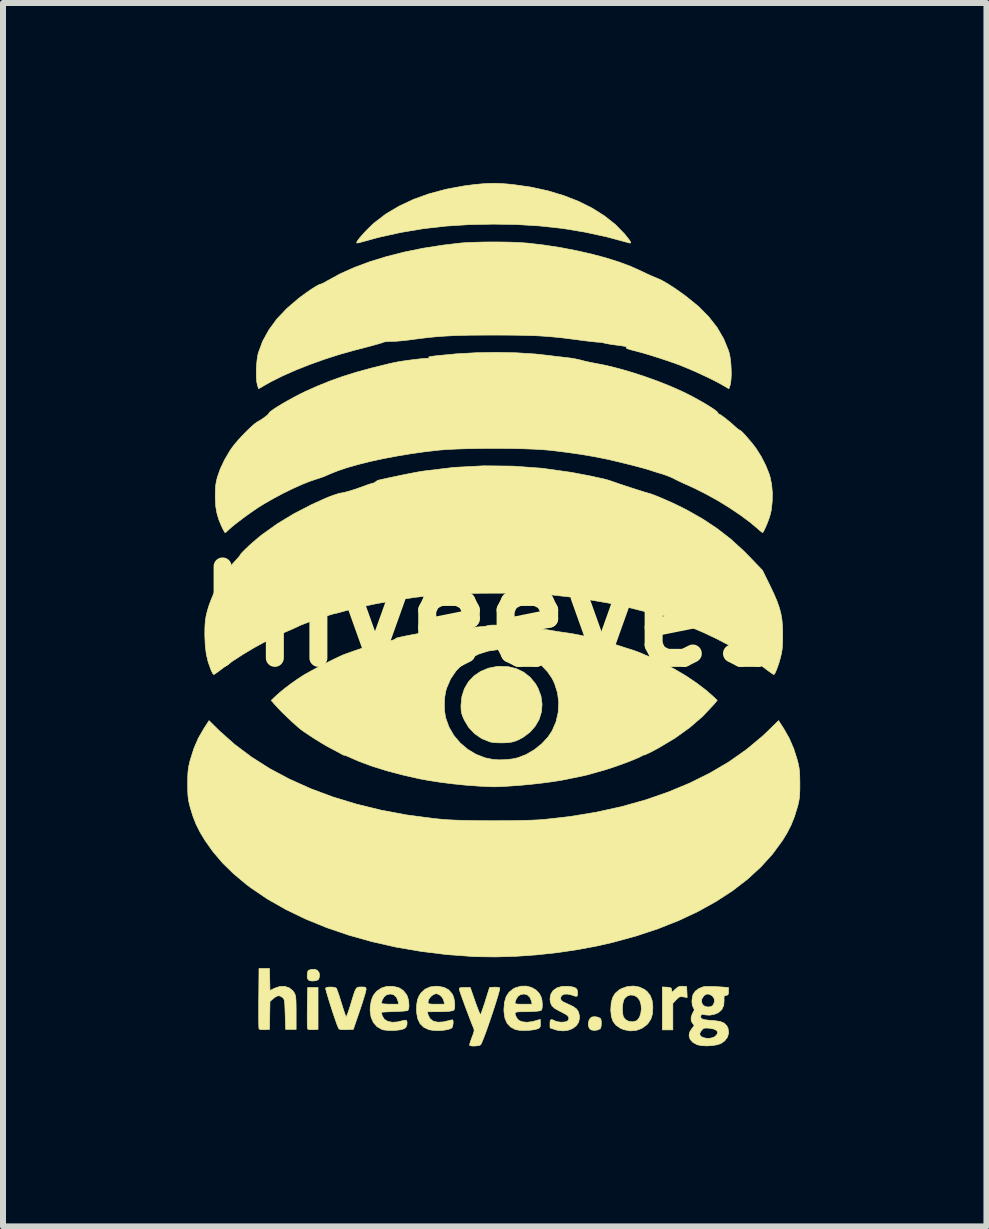
<source format=kicad_pcb>
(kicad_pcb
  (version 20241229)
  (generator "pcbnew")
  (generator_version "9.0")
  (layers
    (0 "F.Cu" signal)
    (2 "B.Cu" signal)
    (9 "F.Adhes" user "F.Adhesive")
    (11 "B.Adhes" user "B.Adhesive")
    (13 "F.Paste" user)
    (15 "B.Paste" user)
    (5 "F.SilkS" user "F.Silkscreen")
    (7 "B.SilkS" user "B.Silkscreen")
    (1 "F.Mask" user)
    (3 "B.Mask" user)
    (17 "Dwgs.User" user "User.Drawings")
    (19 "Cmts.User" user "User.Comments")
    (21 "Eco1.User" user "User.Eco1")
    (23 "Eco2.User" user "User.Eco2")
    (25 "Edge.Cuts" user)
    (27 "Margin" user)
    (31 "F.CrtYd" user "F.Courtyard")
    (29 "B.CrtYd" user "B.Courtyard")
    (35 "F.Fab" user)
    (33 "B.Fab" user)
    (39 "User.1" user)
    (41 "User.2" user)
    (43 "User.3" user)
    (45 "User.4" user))
  (footprint "Hiveeyes"
    (layer "F.Cu")
    (at 5.196 7.226)
    (property "Reference" "Hiveeyes" (at 0 0 0) (layer "F.SilkS") (effects (font (size 1.524 1.524) (thickness 0.3))))
    (attr through_hole)
    (fp_poly (pts (xy -2.945 6.882) (xy -3.028 6.887) (xy -3.085 6.887) (xy -3.114 6.878) (xy -3.12 6.87) (xy -3.122 6.849) (xy -3.124 6.8) (xy -3.125 6.73) (xy -3.125 6.644) (xy -3.124 6.546) (xy -3.124 6.516) (xy -3.119 6.183) (xy -2.945 6.183) (xy -2.945 6.882)) (stroke (width 0.01) (type solid)) (fill yes) (layer "F.SilkS"))
    (fp_poly (pts (xy -2.953 5.9) (xy -2.926 5.94) (xy -2.921 5.973) (xy -2.925 6.016) (xy -2.935 6.046) (xy -2.962 6.064) (xy -3.007 6.074) (xy -3.055 6.075) (xy -3.095 6.065) (xy -3.101 6.061) (xy -3.12 6.037) (xy -3.126 5.998) (xy -3.124 5.968) (xy -3.119 5.924) (xy -3.107 5.901) (xy -3.08 5.888) (xy -3.061 5.883) (xy -2.999 5.879) (xy -2.953 5.9)) (stroke (width 0.01) (type solid)) (fill yes) (layer "F.SilkS"))
    (fp_poly (pts (xy 1.723 6.679) (xy 1.759 6.697) (xy 1.766 6.704) (xy 1.775 6.738) (xy 1.777 6.784) (xy 1.773 6.832) (xy 1.762 6.866) (xy 1.757 6.872) (xy 1.714 6.892) (xy 1.659 6.899) (xy 1.61 6.891) (xy 1.608 6.89) (xy 1.576 6.862) (xy 1.561 6.817) (xy 1.562 6.765) (xy 1.577 6.717) (xy 1.607 6.683) (xy 1.627 6.674) (xy 1.675 6.67) (xy 1.723 6.679)) (stroke (width 0.01) (type solid)) (fill yes) (layer "F.SilkS"))
    (fp_poly (pts (xy 3.133 6.163) (xy 3.199 6.167) (xy 3.204 6.259) (xy 3.208 6.351) (xy 3.144 6.34) (xy 3.103 6.336) (xy 3.074 6.344) (xy 3.045 6.368) (xy 3.024 6.389) (xy 2.969 6.448) (xy 2.969 6.89) (xy 2.794 6.89) (xy 2.794 6.174) (xy 2.869 6.178) (xy 2.916 6.183) (xy 2.939 6.193) (xy 2.948 6.214) (xy 2.95 6.224) (xy 2.954 6.265) (xy 3.011 6.211) (xy 3.051 6.178) (xy 3.086 6.164) (xy 3.13 6.162) (xy 3.133 6.163)) (stroke (width 0.01) (type solid)) (fill yes) (layer "F.SilkS"))
    (fp_poly (pts (xy 0.221 0.835) (xy 0.359 0.868) (xy 0.483 0.928) (xy 0.592 1.014) (xy 0.681 1.123) (xy 0.722 1.196) (xy 0.771 1.327) (xy 0.789 1.459) (xy 0.779 1.589) (xy 0.741 1.713) (xy 0.676 1.827) (xy 0.587 1.928) (xy 0.474 2.013) (xy 0.402 2.052) (xy 0.345 2.076) (xy 0.295 2.091) (xy 0.239 2.1) (xy 0.165 2.105) (xy 0.145 2.106) (xy 0.05 2.105) (xy -0.031 2.099) (xy -0.079 2.09) (xy -0.217 2.034) (xy -0.335 1.953) (xy -0.433 1.849) (xy -0.503 1.733) (xy -0.533 1.668) (xy -0.55 1.618) (xy -0.559 1.569) (xy -0.562 1.506) (xy -0.562 1.476) (xy -0.547 1.332) (xy -0.505 1.202) (xy -0.437 1.087) (xy -0.347 0.991) (xy -0.235 0.915) (xy -0.105 0.861) (xy 0.041 0.832) (xy 0.072 0.83) (xy 0.221 0.835)) (stroke (width 0.01) (type solid)) (fill yes) (layer "F.SilkS"))
    (fp_poly (pts (xy -3.75 6.05) (xy -3.746 6.234) (xy -3.672 6.197) (xy -3.585 6.167) (xy -3.502 6.164) (xy -3.427 6.188) (xy -3.366 6.237) (xy -3.342 6.271) (xy -3.33 6.294) (xy -3.322 6.32) (xy -3.316 6.354) (xy -3.313 6.401) (xy -3.311 6.467) (xy -3.31 6.558) (xy -3.31 6.604) (xy -3.31 6.882) (xy -3.485 6.882) (xy -3.493 6.63) (xy -3.496 6.535) (xy -3.499 6.467) (xy -3.503 6.42) (xy -3.509 6.39) (xy -3.518 6.37) (xy -3.529 6.356) (xy -3.538 6.349) (xy -3.581 6.323) (xy -3.623 6.324) (xy -3.67 6.351) (xy -3.69 6.367) (xy -3.746 6.416) (xy -3.754 6.882) (xy -3.838 6.887) (xy -3.895 6.886) (xy -3.925 6.877) (xy -3.929 6.871) (xy -3.931 6.85) (xy -3.933 6.802) (xy -3.934 6.73) (xy -3.934 6.638) (xy -3.934 6.531) (xy -3.934 6.412) (xy -3.933 6.358) (xy -3.929 5.866) (xy -3.754 5.866) (xy -3.75 6.05)) (stroke (width 0.01) (type solid)) (fill yes) (layer "F.SilkS"))
    (fp_poly (pts (xy 0.091 -7.218) (xy 0.201 -7.21) (xy 0.305 -7.2) (xy 0.601 -7.158) (xy 0.882 -7.097) (xy 1.148 -7.017) (xy 1.395 -6.921) (xy 1.622 -6.808) (xy 1.827 -6.679) (xy 2.007 -6.537) (xy 2.16 -6.381) (xy 2.186 -6.35) (xy 2.233 -6.29) (xy 2.26 -6.251) (xy 2.267 -6.23) (xy 2.258 -6.224) (xy 2.242 -6.227) (xy 1.867 -6.328) (xy 1.498 -6.408) (xy 1.128 -6.469) (xy 0.751 -6.51) (xy 0.359 -6.534) (xy -0.016 -6.54) (xy -0.427 -6.532) (xy -0.817 -6.507) (xy -1.194 -6.464) (xy -1.563 -6.402) (xy -1.933 -6.32) (xy -2.274 -6.227) (xy -2.297 -6.227) (xy -2.302 -6.233) (xy -2.29 -6.257) (xy -2.261 -6.298) (xy -2.217 -6.35) (xy -2.163 -6.41) (xy -2.104 -6.47) (xy -2.045 -6.528) (xy -2.003 -6.565) (xy -1.812 -6.711) (xy -1.594 -6.84) (xy -1.354 -6.953) (xy -1.092 -7.047) (xy -0.811 -7.122) (xy -0.514 -7.177) (xy -0.337 -7.2) (xy -0.21 -7.212) (xy -0.103 -7.219) (xy -0.007 -7.221) (xy 0.091 -7.218)) (stroke (width 0.01) (type solid)) (fill yes) (layer "F.SilkS"))
    (fp_poly (pts (xy 2.411 6.176) (xy 2.498 6.217) (xy 2.542 6.253) (xy 2.593 6.319) (xy 2.623 6.4) (xy 2.635 6.5) (xy 2.635 6.525) (xy 2.628 6.626) (xy 2.604 6.707) (xy 2.56 6.776) (xy 2.534 6.805) (xy 2.452 6.865) (xy 2.357 6.899) (xy 2.255 6.907) (xy 2.152 6.886) (xy 2.094 6.862) (xy 2.021 6.812) (xy 1.972 6.748) (xy 1.944 6.666) (xy 1.934 6.561) (xy 1.937 6.515) (xy 2.129 6.515) (xy 2.129 6.589) (xy 2.139 6.653) (xy 2.147 6.677) (xy 2.183 6.721) (xy 2.236 6.748) (xy 2.297 6.756) (xy 2.354 6.742) (xy 2.378 6.727) (xy 2.413 6.68) (xy 2.435 6.614) (xy 2.444 6.537) (xy 2.437 6.461) (xy 2.417 6.398) (xy 2.376 6.345) (xy 2.323 6.315) (xy 2.266 6.308) (xy 2.211 6.325) (xy 2.166 6.365) (xy 2.153 6.388) (xy 2.137 6.443) (xy 2.129 6.515) (xy 1.937 6.515) (xy 1.941 6.445) (xy 1.965 6.352) (xy 2.009 6.28) (xy 2.074 6.224) (xy 2.115 6.201) (xy 2.212 6.167) (xy 2.314 6.159) (xy 2.411 6.176)) (stroke (width 0.01) (type solid)) (fill yes) (layer "F.SilkS"))
    (fp_poly (pts (xy -2.223 6.175) (xy -2.176 6.176) (xy -2.152 6.183) (xy -2.145 6.198) (xy -2.144 6.219) (xy -2.15 6.247) (xy -2.164 6.3) (xy -2.186 6.372) (xy -2.213 6.458) (xy -2.245 6.553) (xy -2.251 6.572) (xy -2.357 6.882) (xy -2.47 6.886) (xy -2.541 6.887) (xy -2.584 6.88) (xy -2.599 6.871) (xy -2.61 6.847) (xy -2.629 6.801) (xy -2.652 6.735) (xy -2.679 6.657) (xy -2.708 6.571) (xy -2.736 6.482) (xy -2.763 6.397) (xy -2.786 6.32) (xy -2.805 6.256) (xy -2.816 6.212) (xy -2.818 6.192) (xy -2.818 6.192) (xy -2.796 6.181) (xy -2.755 6.176) (xy -2.707 6.177) (xy -2.665 6.183) (xy -2.64 6.195) (xy -2.639 6.195) (xy -2.63 6.217) (xy -2.613 6.263) (xy -2.591 6.328) (xy -2.567 6.405) (xy -2.557 6.437) (xy -2.532 6.517) (xy -2.51 6.586) (xy -2.492 6.638) (xy -2.481 6.667) (xy -2.478 6.672) (xy -2.47 6.662) (xy -2.454 6.627) (xy -2.435 6.572) (xy -2.412 6.501) (xy -2.406 6.481) (xy -2.375 6.378) (xy -2.351 6.301) (xy -2.332 6.246) (xy -2.315 6.21) (xy -2.298 6.189) (xy -2.279 6.179) (xy -2.256 6.176) (xy -2.225 6.175) (xy -2.223 6.175)) (stroke (width 0.01) (type solid)) (fill yes) (layer "F.SilkS"))
    (fp_poly (pts (xy 0.039 6.179) (xy 0.075 6.184) (xy 0.084 6.189) (xy 0.083 6.208) (xy 0.073 6.252) (xy 0.055 6.317) (xy 0.03 6.398) (xy 0.001 6.491) (xy -0.032 6.592) (xy -0.067 6.696) (xy -0.102 6.799) (xy -0.136 6.896) (xy -0.168 6.982) (xy -0.196 7.054) (xy -0.218 7.107) (xy -0.233 7.136) (xy -0.236 7.14) (xy -0.263 7.151) (xy -0.307 7.157) (xy -0.355 7.16) (xy -0.396 7.156) (xy -0.418 7.148) (xy -0.418 7.147) (xy -0.417 7.128) (xy -0.405 7.087) (xy -0.386 7.032) (xy -0.38 7.016) (xy -0.357 6.956) (xy -0.345 6.916) (xy -0.344 6.887) (xy -0.351 6.862) (xy -0.356 6.85) (xy -0.371 6.815) (xy -0.393 6.759) (xy -0.421 6.686) (xy -0.452 6.604) (xy -0.485 6.517) (xy -0.516 6.431) (xy -0.545 6.352) (xy -0.568 6.286) (xy -0.584 6.238) (xy -0.59 6.215) (xy -0.59 6.197) (xy -0.577 6.188) (xy -0.546 6.184) (xy -0.502 6.183) (xy -0.408 6.183) (xy -0.329 6.41) (xy -0.301 6.488) (xy -0.275 6.555) (xy -0.255 6.605) (xy -0.242 6.632) (xy -0.239 6.636) (xy -0.23 6.621) (xy -0.215 6.582) (xy -0.194 6.523) (xy -0.169 6.449) (xy -0.157 6.41) (xy -0.086 6.183) (xy -0.009 6.178) (xy 0.039 6.179)) (stroke (width 0.01) (type solid)) (fill yes) (layer "F.SilkS"))
    (fp_poly (pts (xy 1.289 6.172) (xy 1.339 6.187) (xy 1.368 6.21) (xy 1.38 6.245) (xy 1.381 6.271) (xy 1.38 6.31) (xy 1.371 6.328) (xy 1.348 6.33) (xy 1.304 6.317) (xy 1.284 6.309) (xy 1.213 6.293) (xy 1.155 6.296) (xy 1.116 6.317) (xy 1.101 6.344) (xy 1.099 6.375) (xy 1.112 6.401) (xy 1.145 6.425) (xy 1.203 6.452) (xy 1.222 6.46) (xy 1.306 6.5) (xy 1.363 6.541) (xy 1.396 6.59) (xy 1.411 6.651) (xy 1.413 6.69) (xy 1.399 6.762) (xy 1.359 6.821) (xy 1.299 6.867) (xy 1.223 6.896) (xy 1.136 6.907) (xy 1.043 6.896) (xy 0.992 6.881) (xy 0.952 6.867) (xy 0.928 6.859) (xy 0.925 6.858) (xy 0.922 6.844) (xy 0.921 6.808) (xy 0.921 6.787) (xy 0.924 6.738) (xy 0.939 6.718) (xy 0.969 6.723) (xy 1 6.739) (xy 1.048 6.755) (xy 1.11 6.762) (xy 1.17 6.758) (xy 1.208 6.746) (xy 1.234 6.718) (xy 1.234 6.681) (xy 1.21 6.649) (xy 1.183 6.631) (xy 1.136 6.605) (xy 1.08 6.576) (xy 1.075 6.574) (xy 1 6.532) (xy 0.953 6.487) (xy 0.928 6.435) (xy 0.921 6.374) (xy 0.935 6.296) (xy 0.974 6.234) (xy 1.037 6.19) (xy 1.119 6.166) (xy 1.213 6.163) (xy 1.289 6.172)) (stroke (width 0.01) (type solid)) (fill yes) (layer "F.SilkS"))
    (fp_poly (pts (xy -0.941 6.164) (xy -0.844 6.182) (xy -0.769 6.222) (xy -0.714 6.284) (xy -0.698 6.311) (xy -0.681 6.36) (xy -0.67 6.418) (xy -0.666 6.476) (xy -0.669 6.525) (xy -0.679 6.558) (xy -0.687 6.565) (xy -0.721 6.574) (xy -0.767 6.581) (xy -0.832 6.585) (xy -0.92 6.587) (xy -0.955 6.587) (xy -1.125 6.588) (xy -1.11 6.64) (xy -1.078 6.703) (xy -1.025 6.744) (xy -0.951 6.762) (xy -0.859 6.757) (xy -0.785 6.74) (xy -0.74 6.728) (xy -0.708 6.723) (xy -0.7 6.724) (xy -0.693 6.749) (xy -0.694 6.789) (xy -0.702 6.83) (xy -0.714 6.857) (xy -0.717 6.86) (xy -0.769 6.881) (xy -0.843 6.895) (xy -0.926 6.902) (xy -1.009 6.9) (xy -1.082 6.89) (xy -1.095 6.887) (xy -1.18 6.848) (xy -1.243 6.788) (xy -1.283 6.705) (xy -1.302 6.6) (xy -1.304 6.553) (xy -1.299 6.457) (xy -1.292 6.42) (xy -1.111 6.42) (xy -1.111 6.42) (xy -1.11 6.44) (xy -1.103 6.452) (xy -1.083 6.458) (xy -1.044 6.461) (xy -0.98 6.461) (xy -0.974 6.461) (xy -0.837 6.461) (xy -0.847 6.41) (xy -0.87 6.356) (xy -0.91 6.313) (xy -0.959 6.289) (xy -0.978 6.287) (xy -1.021 6.3) (xy -1.064 6.333) (xy -1.098 6.377) (xy -1.111 6.42) (xy -1.292 6.42) (xy -1.285 6.382) (xy -1.259 6.32) (xy -1.229 6.275) (xy -1.161 6.212) (xy -1.076 6.174) (xy -0.974 6.162) (xy -0.941 6.164)) (stroke (width 0.01) (type solid)) (fill yes) (layer "F.SilkS"))
    (fp_poly (pts (xy -1.696 6.164) (xy -1.6 6.186) (xy -1.525 6.233) (xy -1.469 6.304) (xy -1.459 6.324) (xy -1.442 6.376) (xy -1.432 6.436) (xy -1.429 6.493) (xy -1.434 6.54) (xy -1.448 6.566) (xy -1.449 6.567) (xy -1.471 6.572) (xy -1.519 6.577) (xy -1.585 6.582) (xy -1.663 6.585) (xy -1.675 6.585) (xy -1.752 6.588) (xy -1.817 6.591) (xy -1.864 6.594) (xy -1.886 6.596) (xy -1.887 6.597) (xy -1.886 6.614) (xy -1.877 6.649) (xy -1.874 6.659) (xy -1.84 6.713) (xy -1.784 6.748) (xy -1.709 6.763) (xy -1.618 6.757) (xy -1.549 6.74) (xy -1.498 6.728) (xy -1.47 6.733) (xy -1.461 6.76) (xy -1.463 6.805) (xy -1.481 6.848) (xy -1.514 6.872) (xy -1.566 6.887) (xy -1.637 6.897) (xy -1.717 6.901) (xy -1.795 6.898) (xy -1.858 6.889) (xy -1.879 6.883) (xy -1.961 6.837) (xy -2.022 6.768) (xy -2.061 6.679) (xy -2.077 6.573) (xy -2.075 6.502) (xy -2.065 6.448) (xy -1.889 6.448) (xy -1.874 6.454) (xy -1.835 6.458) (xy -1.778 6.461) (xy -1.745 6.461) (xy -1.601 6.461) (xy -1.612 6.41) (xy -1.638 6.346) (xy -1.682 6.306) (xy -1.737 6.291) (xy -1.799 6.305) (xy -1.807 6.309) (xy -1.846 6.343) (xy -1.876 6.393) (xy -1.889 6.445) (xy -1.889 6.448) (xy -2.065 6.448) (xy -2.057 6.399) (xy -2.025 6.318) (xy -1.975 6.254) (xy -1.963 6.243) (xy -1.885 6.191) (xy -1.799 6.165) (xy -1.696 6.164) (xy -1.696 6.164)) (stroke (width 0.01) (type solid)) (fill yes) (layer "F.SilkS"))
    (fp_poly (pts (xy 0.612 6.182) (xy 0.687 6.225) (xy 0.746 6.288) (xy 0.776 6.348) (xy 0.788 6.399) (xy 0.793 6.456) (xy 0.792 6.509) (xy 0.785 6.548) (xy 0.774 6.565) (xy 0.74 6.574) (xy 0.694 6.58) (xy 0.63 6.584) (xy 0.542 6.587) (xy 0.503 6.587) (xy 0.424 6.588) (xy 0.372 6.591) (xy 0.345 6.601) (xy 0.338 6.619) (xy 0.347 6.649) (xy 0.368 6.693) (xy 0.368 6.694) (xy 0.404 6.733) (xy 0.463 6.756) (xy 0.539 6.763) (xy 0.628 6.752) (xy 0.676 6.739) (xy 0.721 6.726) (xy 0.751 6.717) (xy 0.758 6.715) (xy 0.76 6.729) (xy 0.762 6.765) (xy 0.762 6.785) (xy 0.76 6.83) (xy 0.749 6.854) (xy 0.722 6.869) (xy 0.71 6.874) (xy 0.651 6.888) (xy 0.574 6.897) (xy 0.492 6.9) (xy 0.416 6.897) (xy 0.356 6.887) (xy 0.344 6.884) (xy 0.264 6.841) (xy 0.207 6.781) (xy 0.171 6.699) (xy 0.155 6.596) (xy 0.153 6.548) (xy 0.162 6.442) (xy 0.338 6.442) (xy 0.343 6.453) (xy 0.361 6.458) (xy 0.4 6.461) (xy 0.463 6.461) (xy 0.477 6.461) (xy 0.623 6.461) (xy 0.613 6.411) (xy 0.587 6.348) (xy 0.544 6.307) (xy 0.488 6.291) (xy 0.428 6.303) (xy 0.386 6.332) (xy 0.355 6.383) (xy 0.341 6.425) (xy 0.338 6.442) (xy 0.162 6.442) (xy 0.163 6.43) (xy 0.191 6.335) (xy 0.239 6.262) (xy 0.309 6.206) (xy 0.341 6.19) (xy 0.433 6.162) (xy 0.525 6.16) (xy 0.612 6.182)) (stroke (width 0.01) (type solid)) (fill yes) (layer "F.SilkS"))
    (fp_poly (pts (xy 3.667 6.168) (xy 3.723 6.171) (xy 3.897 6.183) (xy 3.897 6.247) (xy 3.895 6.288) (xy 3.884 6.308) (xy 3.858 6.315) (xy 3.858 6.315) (xy 3.834 6.32) (xy 3.823 6.335) (xy 3.822 6.367) (xy 3.823 6.396) (xy 3.817 6.483) (xy 3.784 6.553) (xy 3.728 6.603) (xy 3.659 6.632) (xy 3.58 6.645) (xy 3.506 6.64) (xy 3.498 6.637) (xy 3.46 6.63) (xy 3.442 6.639) (xy 3.439 6.645) (xy 3.432 6.674) (xy 3.441 6.696) (xy 3.468 6.712) (xy 3.517 6.723) (xy 3.593 6.731) (xy 3.662 6.736) (xy 3.755 6.749) (xy 3.823 6.777) (xy 3.868 6.821) (xy 3.889 6.865) (xy 3.899 6.941) (xy 3.879 7.012) (xy 3.832 7.074) (xy 3.772 7.116) (xy 3.709 7.138) (xy 3.627 7.151) (xy 3.537 7.157) (xy 3.451 7.153) (xy 3.381 7.139) (xy 3.373 7.137) (xy 3.302 7.098) (xy 3.257 7.047) (xy 3.239 6.988) (xy 3.243 6.965) (xy 3.416 6.965) (xy 3.417 6.968) (xy 3.437 6.999) (xy 3.48 7.02) (xy 3.535 7.031) (xy 3.593 7.029) (xy 3.647 7.015) (xy 3.673 7) (xy 3.709 6.96) (xy 3.716 6.925) (xy 3.693 6.895) (xy 3.643 6.874) (xy 3.575 6.862) (xy 3.521 6.859) (xy 3.489 6.863) (xy 3.466 6.876) (xy 3.447 6.899) (xy 3.424 6.935) (xy 3.416 6.965) (xy 3.243 6.965) (xy 3.25 6.925) (xy 3.286 6.869) (xy 3.314 6.835) (xy 3.323 6.815) (xy 3.315 6.799) (xy 3.302 6.786) (xy 3.276 6.743) (xy 3.273 6.686) (xy 3.293 6.623) (xy 3.302 6.607) (xy 3.322 6.571) (xy 3.325 6.547) (xy 3.311 6.521) (xy 3.31 6.52) (xy 3.292 6.473) (xy 3.288 6.425) (xy 3.446 6.425) (xy 3.465 6.469) (xy 3.505 6.499) (xy 3.556 6.509) (xy 3.606 6.502) (xy 3.638 6.48) (xy 3.642 6.473) (xy 3.664 6.419) (xy 3.657 6.366) (xy 3.626 6.322) (xy 3.573 6.295) (xy 3.569 6.294) (xy 3.531 6.293) (xy 3.496 6.314) (xy 3.485 6.324) (xy 3.452 6.374) (xy 3.446 6.425) (xy 3.288 6.425) (xy 3.287 6.41) (xy 3.294 6.342) (xy 3.308 6.296) (xy 3.346 6.242) (xy 3.406 6.199) (xy 3.479 6.171) (xy 3.493 6.169) (xy 3.531 6.166) (xy 3.593 6.166) (xy 3.667 6.168)) (stroke (width 0.01) (type solid)) (fill yes) (layer "F.SilkS"))
    (fp_poly (pts (xy 4.817 1.868) (xy 4.909 2.03) (xy 4.984 2.204) (xy 5.045 2.396) (xy 5.061 2.463) (xy 5.073 2.524) (xy 5.08 2.586) (xy 5.084 2.66) (xy 5.086 2.753) (xy 5.086 2.786) (xy 5.086 2.885) (xy 5.083 2.96) (xy 5.078 3.022) (xy 5.069 3.078) (xy 5.055 3.138) (xy 5.044 3.18) (xy 4.996 3.336) (xy 4.941 3.474) (xy 4.875 3.604) (xy 4.797 3.732) (xy 4.631 3.959) (xy 4.436 4.174) (xy 4.214 4.378) (xy 3.965 4.57) (xy 3.69 4.749) (xy 3.391 4.915) (xy 3.068 5.067) (xy 2.723 5.204) (xy 2.357 5.325) (xy 1.971 5.431) (xy 1.704 5.492) (xy 1.379 5.553) (xy 1.039 5.603) (xy 0.694 5.64) (xy 0.35 5.664) (xy 0.015 5.674) (xy -0.301 5.67) (xy -0.365 5.667) (xy -0.8 5.635) (xy -1.227 5.582) (xy -1.643 5.511) (xy -2.045 5.42) (xy -2.433 5.311) (xy -2.803 5.185) (xy -3.153 5.042) (xy -3.482 4.883) (xy -3.788 4.709) (xy -4.067 4.52) (xy -4.146 4.46) (xy -4.355 4.285) (xy -4.538 4.106) (xy -4.698 3.917) (xy -4.829 3.732) (xy -4.911 3.596) (xy -4.977 3.465) (xy -5.031 3.327) (xy -5.076 3.18) (xy -5.093 3.113) (xy -5.105 3.056) (xy -5.112 2.998) (xy -5.116 2.932) (xy -5.118 2.848) (xy -5.118 2.786) (xy -5.117 2.685) (xy -5.114 2.606) (xy -5.107 2.542) (xy -5.097 2.482) (xy -5.082 2.417) (xy -5.076 2.396) (xy -5.015 2.201) (xy -4.94 2.027) (xy -4.848 1.868) (xy -4.762 1.735) (xy -4.591 1.904) (xy -4.336 2.131) (xy -4.056 2.341) (xy -3.751 2.535) (xy -3.422 2.71) (xy -3.071 2.868) (xy -2.699 3.007) (xy -2.307 3.126) (xy -1.896 3.227) (xy -1.468 3.307) (xy -1.023 3.366) (xy -0.841 3.384) (xy -0.759 3.389) (xy -0.65 3.394) (xy -0.518 3.398) (xy -0.369 3.401) (xy -0.207 3.403) (xy -0.036 3.404) (xy -0.016 3.404) (xy 0.155 3.403) (xy 0.319 3.402) (xy 0.47 3.399) (xy 0.604 3.395) (xy 0.716 3.39) (xy 0.802 3.384) (xy 0.81 3.384) (xy 1.26 3.333) (xy 1.695 3.261) (xy 2.113 3.169) (xy 2.513 3.057) (xy 2.894 2.925) (xy 3.253 2.775) (xy 3.591 2.607) (xy 3.906 2.421) (xy 4.196 2.217) (xy 4.461 1.996) (xy 4.559 1.904) (xy 4.731 1.735) (xy 4.817 1.868)) (stroke (width 0.01) (type solid)) (fill yes) (layer "F.SilkS"))
    (fp_poly (pts (xy 0.134 -6.242) (xy 0.284 -6.239) (xy 0.419 -6.233) (xy 0.531 -6.225) (xy 0.54 -6.225) (xy 0.812 -6.193) (xy 1.083 -6.152) (xy 1.349 -6.101) (xy 1.604 -6.044) (xy 1.845 -5.98) (xy 2.068 -5.91) (xy 2.267 -5.836) (xy 2.44 -5.758) (xy 2.451 -5.753) (xy 2.525 -5.717) (xy 2.602 -5.682) (xy 2.668 -5.654) (xy 2.689 -5.646) (xy 2.777 -5.607) (xy 2.883 -5.547) (xy 3.008 -5.466) (xy 3.154 -5.363) (xy 3.195 -5.332) (xy 3.397 -5.168) (xy 3.567 -4.996) (xy 3.707 -4.817) (xy 3.816 -4.63) (xy 3.895 -4.436) (xy 3.909 -4.391) (xy 3.924 -4.317) (xy 3.935 -4.227) (xy 3.941 -4.129) (xy 3.943 -4.032) (xy 3.938 -3.944) (xy 3.929 -3.876) (xy 3.923 -3.855) (xy 3.903 -3.796) (xy 3.806 -3.853) (xy 3.72 -3.901) (xy 3.612 -3.956) (xy 3.491 -4.014) (xy 3.364 -4.073) (xy 3.239 -4.127) (xy 3.126 -4.174) (xy 3.104 -4.183) (xy 2.996 -4.223) (xy 2.871 -4.266) (xy 2.738 -4.31) (xy 2.605 -4.352) (xy 2.479 -4.39) (xy 2.368 -4.42) (xy 2.298 -4.438) (xy 2.243 -4.453) (xy 2.206 -4.466) (xy 2.191 -4.476) (xy 2.192 -4.478) (xy 2.202 -4.488) (xy 2.194 -4.496) (xy 2.165 -4.504) (xy 2.111 -4.513) (xy 2.029 -4.524) (xy 2.025 -4.524) (xy 1.954 -4.534) (xy 1.891 -4.544) (xy 1.845 -4.553) (xy 1.83 -4.557) (xy 1.787 -4.567) (xy 1.736 -4.572) (xy 1.733 -4.572) (xy 1.698 -4.574) (xy 1.639 -4.58) (xy 1.56 -4.589) (xy 1.47 -4.6) (xy 1.397 -4.61) (xy 1.245 -4.63) (xy 1.106 -4.647) (xy 0.973 -4.66) (xy 0.842 -4.671) (xy 0.708 -4.679) (xy 0.564 -4.684) (xy 0.405 -4.688) (xy 0.227 -4.69) (xy 0.023 -4.691) (xy -0.024 -4.691) (xy -0.23 -4.69) (xy -0.41 -4.689) (xy -0.569 -4.685) (xy -0.711 -4.68) (xy -0.842 -4.673) (xy -0.967 -4.664) (xy -1.091 -4.652) (xy -1.219 -4.637) (xy -1.357 -4.619) (xy -1.373 -4.616) (xy -1.467 -4.605) (xy -1.56 -4.595) (xy -1.643 -4.588) (xy -1.706 -4.586) (xy -1.72 -4.586) (xy -1.779 -4.584) (xy -1.829 -4.579) (xy -1.857 -4.572) (xy -1.87 -4.566) (xy -1.891 -4.559) (xy -1.923 -4.549) (xy -1.969 -4.536) (xy -2.034 -4.518) (xy -2.119 -4.495) (xy -2.229 -4.466) (xy -2.342 -4.437) (xy -2.591 -4.367) (xy -2.841 -4.287) (xy -3.086 -4.199) (xy -3.32 -4.106) (xy -3.537 -4.01) (xy -3.731 -3.913) (xy -3.838 -3.853) (xy -3.935 -3.796) (xy -3.955 -3.855) (xy -3.967 -3.913) (xy -3.973 -3.993) (xy -3.974 -4.088) (xy -3.97 -4.186) (xy -3.961 -4.281) (xy -3.948 -4.362) (xy -3.941 -4.391) (xy -3.869 -4.587) (xy -3.765 -4.776) (xy -3.632 -4.958) (xy -3.467 -5.132) (xy -3.272 -5.3) (xy -3.239 -5.325) (xy -3.144 -5.394) (xy -3.06 -5.453) (xy -2.989 -5.498) (xy -2.936 -5.528) (xy -2.903 -5.54) (xy -2.9 -5.54) (xy -2.877 -5.548) (xy -2.836 -5.569) (xy -2.786 -5.598) (xy -2.785 -5.598) (xy -2.579 -5.711) (xy -2.344 -5.816) (xy -2.085 -5.913) (xy -1.805 -5.999) (xy -1.506 -6.075) (xy -1.192 -6.139) (xy -0.866 -6.19) (xy -0.572 -6.225) (xy -0.462 -6.233) (xy -0.329 -6.238) (xy -0.18 -6.242) (xy -0.023 -6.243) (xy 0.134 -6.242)) (stroke (width 0.01) (type solid)) (fill yes) (layer "F.SilkS"))
    (fp_poly (pts (xy 0.304 -2.507) (xy 0.793 -2.471) (xy 1.282 -2.402) (xy 1.597 -2.342) (xy 1.696 -2.32) (xy 1.77 -2.304) (xy 1.824 -2.292) (xy 1.863 -2.282) (xy 1.893 -2.273) (xy 1.92 -2.265) (xy 1.933 -2.26) (xy 2 -2.237) (xy 2.081 -2.209) (xy 2.171 -2.179) (xy 2.263 -2.149) (xy 2.352 -2.12) (xy 2.432 -2.095) (xy 2.497 -2.074) (xy 2.541 -2.062) (xy 2.555 -2.058) (xy 2.599 -2.045) (xy 2.665 -2.021) (xy 2.749 -1.987) (xy 2.844 -1.946) (xy 2.946 -1.901) (xy 3.047 -1.853) (xy 3.143 -1.806) (xy 3.207 -1.773) (xy 3.471 -1.623) (xy 3.71 -1.464) (xy 3.932 -1.292) (xy 4.143 -1.1) (xy 4.249 -0.993) (xy 4.463 -0.77) (xy 4.588 -0.516) (xy 4.655 -0.374) (xy 4.707 -0.252) (xy 4.745 -0.143) (xy 4.772 -0.039) (xy 4.789 0.067) (xy 4.797 0.181) (xy 4.8 0.294) (xy 4.799 0.399) (xy 4.796 0.482) (xy 4.79 0.551) (xy 4.779 0.615) (xy 4.766 0.671) (xy 4.744 0.753) (xy 4.719 0.828) (xy 4.695 0.893) (xy 4.674 0.941) (xy 4.656 0.966) (xy 4.651 0.968) (xy 4.635 0.959) (xy 4.599 0.934) (xy 4.549 0.898) (xy 4.498 0.859) (xy 4.326 0.735) (xy 4.13 0.609) (xy 3.919 0.486) (xy 3.7 0.371) (xy 3.48 0.267) (xy 3.405 0.235) (xy 3.332 0.204) (xy 3.27 0.176) (xy 3.223 0.155) (xy 3.199 0.143) (xy 3.198 0.142) (xy 3.178 0.132) (xy 3.135 0.112) (xy 3.072 0.086) (xy 2.996 0.054) (xy 2.942 0.033) (xy 2.825 -0.012) (xy 2.735 -0.042) (xy 2.672 -0.058) (xy 2.641 -0.061) (xy 2.6 -0.065) (xy 2.539 -0.075) (xy 2.465 -0.092) (xy 2.405 -0.107) (xy 2.161 -0.169) (xy 1.89 -0.225) (xy 1.597 -0.276) (xy 1.288 -0.321) (xy 0.968 -0.358) (xy 0.945 -0.36) (xy 0.832 -0.369) (xy 0.693 -0.377) (xy 0.532 -0.382) (xy 0.356 -0.386) (xy 0.17 -0.389) (xy -0.022 -0.389) (xy -0.214 -0.388) (xy -0.401 -0.386) (xy -0.577 -0.382) (xy -0.737 -0.376) (xy -0.875 -0.368) (xy -0.984 -0.359) (xy -1.332 -0.319) (xy -1.669 -0.269) (xy -1.99 -0.211) (xy -2.29 -0.146) (xy -2.481 -0.097) (xy -2.549 -0.078) (xy -2.606 -0.063) (xy -2.643 -0.053) (xy -2.655 -0.051) (xy -2.677 -0.047) (xy -2.722 -0.034) (xy -2.786 -0.014) (xy -2.862 0.011) (xy -2.945 0.038) (xy -3.028 0.067) (xy -3.107 0.095) (xy -3.174 0.121) (xy -3.226 0.141) (xy -3.246 0.15) (xy -3.318 0.184) (xy -3.402 0.222) (xy -3.481 0.255) (xy -3.485 0.257) (xy -3.65 0.33) (xy -3.828 0.42) (xy -4.012 0.521) (xy -4.193 0.629) (xy -4.362 0.738) (xy -4.51 0.844) (xy -4.53 0.859) (xy -4.588 0.903) (xy -4.636 0.938) (xy -4.67 0.961) (xy -4.683 0.968) (xy -4.696 0.955) (xy -4.715 0.921) (xy -4.729 0.89) (xy -4.775 0.763) (xy -4.807 0.63) (xy -4.825 0.484) (xy -4.832 0.316) (xy -4.832 0.294) (xy -4.831 0.193) (xy -4.827 0.116) (xy -4.821 0.052) (xy -4.811 -0.007) (xy -4.796 -0.071) (xy -4.788 -0.101) (xy -4.762 -0.186) (xy -4.726 -0.282) (xy -4.684 -0.382) (xy -4.639 -0.478) (xy -4.595 -0.564) (xy -4.555 -0.632) (xy -4.527 -0.67) (xy -4.492 -0.713) (xy -4.464 -0.756) (xy -4.459 -0.764) (xy -4.438 -0.795) (xy -4.402 -0.84) (xy -4.357 -0.892) (xy -4.338 -0.913) (xy -4.294 -0.961) (xy -4.26 -1) (xy -4.241 -1.025) (xy -4.239 -1.031) (xy -4.227 -1.048) (xy -4.196 -1.082) (xy -4.149 -1.128) (xy -4.092 -1.182) (xy -4.028 -1.239) (xy -3.963 -1.295) (xy -3.9 -1.347) (xy -3.873 -1.368) (xy -3.623 -1.546) (xy -3.346 -1.714) (xy -3.047 -1.868) (xy -2.842 -1.961) (xy -2.761 -1.995) (xy -2.685 -2.023) (xy -2.621 -2.044) (xy -2.577 -2.056) (xy -2.568 -2.057) (xy -2.517 -2.066) (xy -2.443 -2.085) (xy -2.352 -2.113) (xy -2.249 -2.148) (xy -2.148 -2.185) (xy -2.094 -2.204) (xy -2.05 -2.218) (xy -2.027 -2.223) (xy -1.998 -2.234) (xy -1.986 -2.245) (xy -1.956 -2.266) (xy -1.932 -2.274) (xy -1.758 -2.313) (xy -1.61 -2.344) (xy -1.484 -2.37) (xy -1.376 -2.391) (xy -1.282 -2.409) (xy -1.197 -2.423) (xy -1.167 -2.427) (xy -0.676 -2.486) (xy -0.185 -2.512) (xy 0.304 -2.507)) (stroke (width 0.01) (type solid)) (fill yes) (layer "F.SilkS"))
    (fp_poly (pts (xy 0.359 -4.396) (xy 0.674 -4.376) (xy 0.921 -4.349) (xy 0.995 -4.339) (xy 1.083 -4.329) (xy 1.17 -4.319) (xy 1.188 -4.317) (xy 1.27 -4.307) (xy 1.355 -4.292) (xy 1.427 -4.276) (xy 1.442 -4.272) (xy 1.515 -4.253) (xy 1.6 -4.235) (xy 1.667 -4.222) (xy 1.857 -4.185) (xy 2.066 -4.133) (xy 2.288 -4.069) (xy 2.515 -3.995) (xy 2.739 -3.914) (xy 2.954 -3.827) (xy 3.127 -3.75) (xy 3.221 -3.704) (xy 3.317 -3.654) (xy 3.411 -3.602) (xy 3.499 -3.552) (xy 3.577 -3.504) (xy 3.642 -3.462) (xy 3.69 -3.427) (xy 3.717 -3.403) (xy 3.72 -3.392) (xy 3.721 -3.382) (xy 3.725 -3.381) (xy 3.748 -3.371) (xy 3.789 -3.345) (xy 3.841 -3.306) (xy 3.9 -3.258) (xy 3.96 -3.208) (xy 3.992 -3.178) (xy 4.035 -3.14) (xy 4.067 -3.115) (xy 4.084 -3.105) (xy 4.085 -3.106) (xy 4.098 -3.099) (xy 4.128 -3.072) (xy 4.168 -3.03) (xy 4.214 -2.978) (xy 4.263 -2.92) (xy 4.31 -2.863) (xy 4.35 -2.81) (xy 4.36 -2.796) (xy 4.442 -2.666) (xy 4.514 -2.525) (xy 4.571 -2.386) (xy 4.591 -2.322) (xy 4.616 -2.198) (xy 4.628 -2.058) (xy 4.625 -1.913) (xy 4.61 -1.776) (xy 4.591 -1.694) (xy 4.571 -1.63) (xy 4.545 -1.561) (xy 4.517 -1.494) (xy 4.491 -1.439) (xy 4.471 -1.403) (xy 4.467 -1.399) (xy 4.454 -1.405) (xy 4.424 -1.428) (xy 4.394 -1.455) (xy 4.256 -1.571) (xy 4.093 -1.692) (xy 3.913 -1.813) (xy 3.721 -1.931) (xy 3.522 -2.041) (xy 3.325 -2.14) (xy 3.215 -2.19) (xy 3.141 -2.223) (xy 3.071 -2.256) (xy 3.013 -2.284) (xy 2.988 -2.298) (xy 2.942 -2.32) (xy 2.877 -2.346) (xy 2.803 -2.372) (xy 2.774 -2.381) (xy 2.704 -2.402) (xy 2.641 -2.422) (xy 2.594 -2.437) (xy 2.58 -2.442) (xy 2.538 -2.455) (xy 2.471 -2.474) (xy 2.385 -2.497) (xy 2.286 -2.523) (xy 2.181 -2.549) (xy 2.075 -2.575) (xy 1.974 -2.599) (xy 1.885 -2.62) (xy 1.849 -2.627) (xy 1.66 -2.665) (xy 1.449 -2.701) (xy 1.227 -2.733) (xy 1.004 -2.761) (xy 0.897 -2.773) (xy 0.78 -2.782) (xy 0.638 -2.79) (xy 0.474 -2.796) (xy 0.296 -2.8) (xy 0.109 -2.802) (xy -0.082 -2.802) (xy -0.271 -2.801) (xy -0.453 -2.797) (xy -0.621 -2.792) (xy -0.771 -2.785) (xy -0.896 -2.776) (xy -0.929 -2.773) (xy -1.166 -2.746) (xy -1.403 -2.712) (xy -1.637 -2.673) (xy -1.864 -2.63) (xy -2.079 -2.583) (xy -2.278 -2.533) (xy -2.459 -2.482) (xy -2.616 -2.429) (xy -2.745 -2.377) (xy -2.754 -2.373) (xy -2.825 -2.342) (xy -2.901 -2.313) (xy -2.961 -2.294) (xy -3.079 -2.255) (xy -3.216 -2.2) (xy -3.367 -2.132) (xy -3.525 -2.055) (xy -3.684 -1.97) (xy -3.838 -1.882) (xy -3.937 -1.821) (xy -4.011 -1.771) (xy -4.094 -1.713) (xy -4.181 -1.65) (xy -4.264 -1.587) (xy -4.339 -1.529) (xy -4.4 -1.478) (xy -4.441 -1.441) (xy -4.445 -1.437) (xy -4.473 -1.41) (xy -4.492 -1.397) (xy -4.493 -1.397) (xy -4.504 -1.41) (xy -4.524 -1.446) (xy -4.549 -1.496) (xy -4.553 -1.504) (xy -4.6 -1.618) (xy -4.631 -1.725) (xy -4.65 -1.834) (xy -4.657 -1.959) (xy -4.658 -2.008) (xy -4.656 -2.108) (xy -4.651 -2.187) (xy -4.639 -2.256) (xy -4.623 -2.322) (xy -4.574 -2.462) (xy -4.504 -2.609) (xy -4.421 -2.752) (xy -4.386 -2.804) (xy -4.338 -2.868) (xy -4.276 -2.94) (xy -4.208 -3.015) (xy -4.136 -3.088) (xy -4.068 -3.154) (xy -4.007 -3.208) (xy -3.959 -3.243) (xy -3.945 -3.251) (xy -3.899 -3.277) (xy -3.851 -3.31) (xy -3.807 -3.343) (xy -3.775 -3.371) (xy -3.763 -3.389) (xy -3.763 -3.39) (xy -3.751 -3.406) (xy -3.715 -3.434) (xy -3.66 -3.472) (xy -3.588 -3.517) (xy -3.506 -3.566) (xy -3.415 -3.617) (xy -3.322 -3.668) (xy -3.23 -3.715) (xy -3.159 -3.75) (xy -2.953 -3.842) (xy -2.745 -3.926) (xy -2.529 -4.003) (xy -2.3 -4.074) (xy -2.052 -4.142) (xy -1.78 -4.209) (xy -1.683 -4.231) (xy -1.617 -4.244) (xy -1.531 -4.258) (xy -1.434 -4.272) (xy -1.335 -4.284) (xy -1.242 -4.295) (xy -1.165 -4.302) (xy -1.124 -4.304) (xy -1.086 -4.306) (xy -1.076 -4.309) (xy -1.094 -4.316) (xy -1.095 -4.316) (xy -1.104 -4.323) (xy -1.086 -4.33) (xy -1.039 -4.338) (xy -0.976 -4.346) (xy -0.646 -4.378) (xy -0.308 -4.397) (xy 0.029 -4.403) (xy 0.359 -4.396)) (stroke (width 0.01) (type solid)) (fill yes) (layer "F.SilkS"))
    (fp_poly (pts (xy 0.052 0.145) (xy 0.094 0.15) (xy 0.111 0.158) (xy 0.111 0.159) (xy 0.126 0.167) (xy 0.166 0.172) (xy 0.225 0.175) (xy 0.234 0.175) (xy 0.34 0.177) (xy 0.461 0.183) (xy 0.587 0.191) (xy 0.71 0.202) (xy 0.821 0.214) (xy 0.912 0.227) (xy 0.937 0.231) (xy 1.015 0.245) (xy 1.098 0.258) (xy 1.168 0.268) (xy 1.175 0.269) (xy 1.237 0.278) (xy 1.311 0.29) (xy 1.39 0.305) (xy 1.468 0.321) (xy 1.537 0.336) (xy 1.593 0.35) (xy 1.627 0.361) (xy 1.635 0.365) (xy 1.653 0.373) (xy 1.695 0.386) (xy 1.754 0.402) (xy 1.802 0.413) (xy 1.884 0.432) (xy 1.967 0.455) (xy 2.039 0.476) (xy 2.064 0.484) (xy 2.136 0.508) (xy 2.214 0.533) (xy 2.262 0.547) (xy 2.326 0.568) (xy 2.388 0.591) (xy 2.421 0.604) (xy 2.47 0.625) (xy 2.533 0.652) (xy 2.588 0.675) (xy 2.792 0.769) (xy 2.994 0.875) (xy 3.187 0.989) (xy 3.365 1.109) (xy 3.523 1.229) (xy 3.637 1.329) (xy 3.709 1.398) (xy 3.653 1.465) (xy 3.465 1.665) (xy 3.248 1.852) (xy 3.003 2.028) (xy 2.728 2.192) (xy 2.663 2.227) (xy 2.598 2.261) (xy 2.544 2.287) (xy 2.507 2.304) (xy 2.492 2.308) (xy 2.492 2.308) (xy 2.481 2.308) (xy 2.457 2.321) (xy 2.411 2.345) (xy 2.34 2.376) (xy 2.251 2.412) (xy 2.15 2.45) (xy 2.043 2.489) (xy 1.936 2.525) (xy 1.834 2.558) (xy 1.762 2.578) (xy 1.691 2.598) (xy 1.627 2.616) (xy 1.579 2.63) (xy 1.564 2.634) (xy 1.522 2.645) (xy 1.463 2.658) (xy 1.421 2.667) (xy 1.348 2.682) (xy 1.268 2.698) (xy 1.23 2.706) (xy 1.109 2.73) (xy 0.963 2.753) (xy 0.799 2.775) (xy 0.623 2.795) (xy 0.443 2.812) (xy 0.264 2.825) (xy 0.251 2.826) (xy 0.155 2.832) (xy 0.08 2.836) (xy 0.019 2.838) (xy -0.038 2.838) (xy -0.099 2.836) (xy -0.173 2.832) (xy -0.268 2.827) (xy -0.294 2.825) (xy -0.498 2.81) (xy -0.708 2.788) (xy -0.914 2.762) (xy -1.106 2.732) (xy -1.254 2.705) (xy -1.539 2.64) (xy -1.804 2.57) (xy -2.047 2.494) (xy -2.263 2.414) (xy -2.389 2.359) (xy -2.443 2.335) (xy -2.485 2.318) (xy -2.507 2.312) (xy -2.508 2.312) (xy -2.52 2.31) (xy -2.55 2.295) (xy -2.56 2.289) (xy -2.599 2.267) (xy -2.655 2.237) (xy -2.718 2.204) (xy -2.731 2.197) (xy -2.806 2.157) (xy -2.896 2.103) (xy -2.994 2.043) (xy -3.089 1.981) (xy -3.174 1.924) (xy -3.231 1.883) (xy -3.292 1.832) (xy -3.367 1.765) (xy -3.449 1.688) (xy -3.531 1.609) (xy -3.604 1.534) (xy -3.663 1.47) (xy -3.668 1.464) (xy -3.672 1.46) (xy -0.84 1.46) (xy -0.836 1.575) (xy -0.82 1.677) (xy -0.817 1.691) (xy -0.762 1.843) (xy -0.681 1.983) (xy -0.576 2.107) (xy -0.451 2.213) (xy -0.311 2.297) (xy -0.158 2.356) (xy -0.032 2.382) (xy 0.068 2.389) (xy 0.181 2.386) (xy 0.292 2.374) (xy 0.381 2.355) (xy 0.522 2.301) (xy 0.658 2.222) (xy 0.782 2.123) (xy 0.887 2.01) (xy 0.957 1.905) (xy 1.022 1.755) (xy 1.058 1.597) (xy 1.067 1.434) (xy 1.047 1.273) (xy 0.998 1.118) (xy 0.957 1.032) (xy 0.879 0.919) (xy 0.779 0.813) (xy 0.664 0.719) (xy 0.54 0.644) (xy 0.416 0.592) (xy 0.397 0.587) (xy 0.224 0.555) (xy 0.054 0.552) (xy -0.11 0.576) (xy -0.265 0.625) (xy -0.408 0.698) (xy -0.536 0.793) (xy -0.646 0.908) (xy -0.736 1.041) (xy -0.801 1.192) (xy -0.817 1.248) (xy -0.834 1.346) (xy -0.84 1.46) (xy -3.672 1.46) (xy -3.725 1.398) (xy -3.652 1.328) (xy -3.583 1.267) (xy -3.495 1.195) (xy -3.396 1.12) (xy -3.295 1.049) (xy -3.2 0.986) (xy -3.192 0.981) (xy -3.135 0.948) (xy -3.059 0.906) (xy -2.97 0.858) (xy -2.873 0.808) (xy -2.775 0.758) (xy -2.682 0.712) (xy -2.6 0.673) (xy -2.535 0.643) (xy -2.5 0.629) (xy -2.331 0.569) (xy -2.186 0.52) (xy -2.062 0.481) (xy -1.954 0.451) (xy -1.859 0.428) (xy -1.823 0.421) (xy -1.743 0.405) (xy -1.691 0.391) (xy -1.661 0.379) (xy -1.651 0.368) (xy -1.651 0.366) (xy -1.636 0.359) (xy -1.59 0.347) (xy -1.517 0.331) (xy -1.417 0.311) (xy -1.292 0.288) (xy -1.143 0.261) (xy -1.008 0.237) (xy -0.932 0.226) (xy -0.832 0.215) (xy -0.718 0.204) (xy -0.598 0.194) (xy -0.481 0.187) (xy -0.472 0.186) (xy -0.371 0.18) (xy -0.282 0.174) (xy -0.209 0.168) (xy -0.157 0.162) (xy -0.13 0.157) (xy -0.127 0.156) (xy -0.112 0.149) (xy -0.074 0.145) (xy -0.019 0.143) (xy -0.008 0.143) (xy 0.052 0.145)) (stroke (width 0.01) (type solid)) (fill yes) (layer "F.SilkS")))
  (gr_rect
    (start -3 -3)
    (end 13.392 17.391)
    (stroke (width 0.1) (type default))
    (fill no)
    (layer "Edge.Cuts")))
</source>
